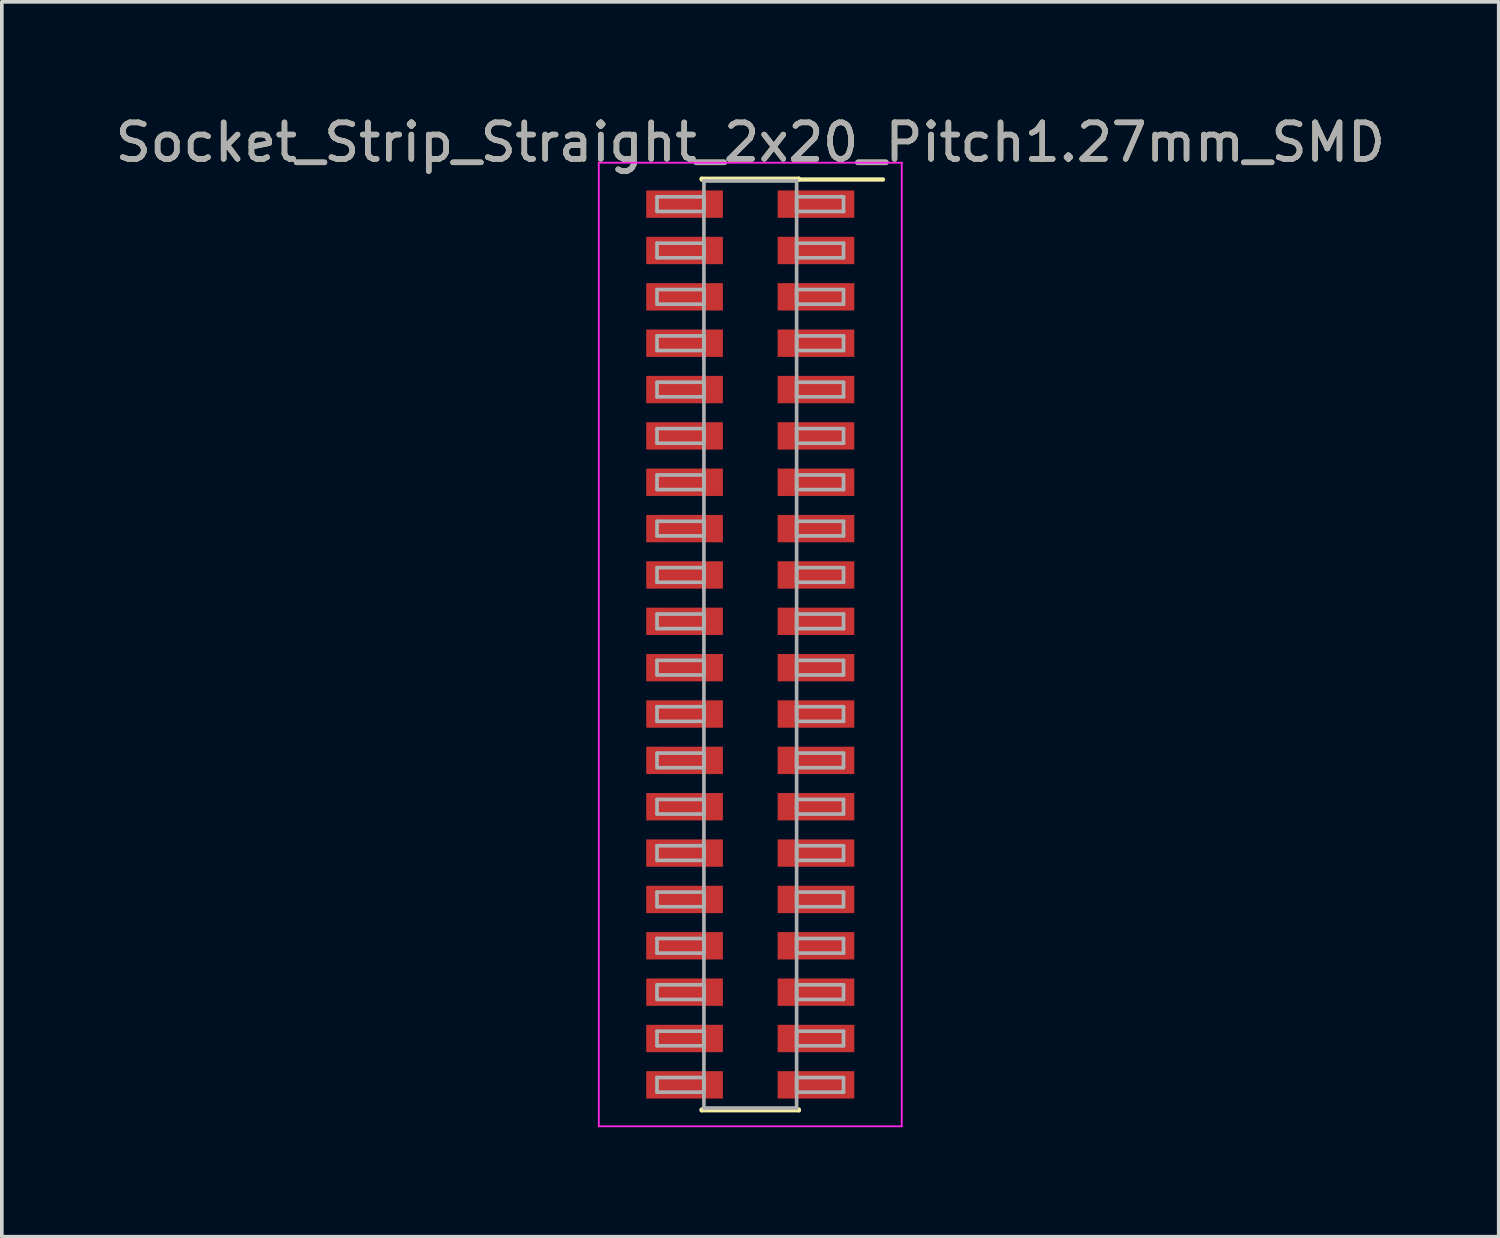
<source format=kicad_pcb>
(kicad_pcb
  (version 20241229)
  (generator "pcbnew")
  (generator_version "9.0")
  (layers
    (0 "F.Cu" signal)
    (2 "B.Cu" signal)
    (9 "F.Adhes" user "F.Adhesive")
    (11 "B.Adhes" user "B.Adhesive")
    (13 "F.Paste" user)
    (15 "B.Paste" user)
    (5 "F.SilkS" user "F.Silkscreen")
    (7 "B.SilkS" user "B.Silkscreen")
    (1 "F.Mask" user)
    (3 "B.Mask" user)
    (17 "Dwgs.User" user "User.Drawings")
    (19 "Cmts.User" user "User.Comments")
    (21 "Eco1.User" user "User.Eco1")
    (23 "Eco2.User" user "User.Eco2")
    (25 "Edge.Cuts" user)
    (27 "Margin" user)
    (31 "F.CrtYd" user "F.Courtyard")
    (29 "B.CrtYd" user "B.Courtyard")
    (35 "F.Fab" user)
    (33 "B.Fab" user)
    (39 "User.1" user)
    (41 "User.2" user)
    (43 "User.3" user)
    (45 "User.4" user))
  (footprint "Socket_Strip_Straight_2x20_Pitch1.27mm_SMD"
    (layer "F.Cu")
    (at 17.506 14.608)
    (property "Reference" "Socket_Strip_Straight_2x20_Pitch1.27mm_SMD" (at 0 -13.76 0) (layer "F.SilkS") (effects (font (size 1 1) (thickness 0.15))))
    (attr smd)
    (fp_line (start -1.33 -12.76) (end 1.33 -12.76) (stroke (width 0.12) (type solid)) (layer "F.SilkS"))
    (fp_line (start -1.33 -12.74) (end -1.33 -12.76) (stroke (width 0.12) (type solid)) (layer "F.SilkS"))
    (fp_line (start -1.33 12.74) (end -1.33 12.76) (stroke (width 0.12) (type solid)) (layer "F.SilkS"))
    (fp_line (start -1.33 12.76) (end 1.33 12.76) (stroke (width 0.12) (type solid)) (layer "F.SilkS"))
    (fp_line (start 1.33 -12.76) (end 1.33 -12.74) (stroke (width 0.12) (type solid)) (layer "F.SilkS"))
    (fp_line (start 1.33 12.76) (end 1.33 12.74) (stroke (width 0.12) (type solid)) (layer "F.SilkS"))
    (fp_line (start 3.635 -12.74) (end 1.33 -12.74) (stroke (width 0.12) (type solid)) (layer "F.SilkS"))
    (fp_line (start -4.15 -13.2) (end -4.15 13.2) (stroke (width 0.05) (type solid)) (layer "F.CrtYd"))
    (fp_line (start -4.15 13.2) (end 4.15 13.2) (stroke (width 0.05) (type solid)) (layer "F.CrtYd"))
    (fp_line (start 4.15 -13.2) (end -4.15 -13.2) (stroke (width 0.05) (type solid)) (layer "F.CrtYd"))
    (fp_line (start 4.15 13.2) (end 4.15 -13.2) (stroke (width 0.05) (type solid)) (layer "F.CrtYd"))
    (fp_line (start -2.555 -12.265) (end -1.27 -12.265) (stroke (width 0.1) (type solid)) (layer "F.Fab"))
    (fp_line (start -2.555 -11.865) (end -2.555 -12.265) (stroke (width 0.1) (type solid)) (layer "F.Fab"))
    (fp_line (start -2.555 -10.995) (end -1.27 -10.995) (stroke (width 0.1) (type solid)) (layer "F.Fab"))
    (fp_line (start -2.555 -10.595) (end -2.555 -10.995) (stroke (width 0.1) (type solid)) (layer "F.Fab"))
    (fp_line (start -2.555 -9.725) (end -1.27 -9.725) (stroke (width 0.1) (type solid)) (layer "F.Fab"))
    (fp_line (start -2.555 -9.325) (end -2.555 -9.725) (stroke (width 0.1) (type solid)) (layer "F.Fab"))
    (fp_line (start -2.555 -8.455) (end -1.27 -8.455) (stroke (width 0.1) (type solid)) (layer "F.Fab"))
    (fp_line (start -2.555 -8.055) (end -2.555 -8.455) (stroke (width 0.1) (type solid)) (layer "F.Fab"))
    (fp_line (start -2.555 -7.185) (end -1.27 -7.185) (stroke (width 0.1) (type solid)) (layer "F.Fab"))
    (fp_line (start -2.555 -6.785) (end -2.555 -7.185) (stroke (width 0.1) (type solid)) (layer "F.Fab"))
    (fp_line (start -2.555 -5.915) (end -1.27 -5.915) (stroke (width 0.1) (type solid)) (layer "F.Fab"))
    (fp_line (start -2.555 -5.515) (end -2.555 -5.915) (stroke (width 0.1) (type solid)) (layer "F.Fab"))
    (fp_line (start -2.555 -4.645) (end -1.27 -4.645) (stroke (width 0.1) (type solid)) (layer "F.Fab"))
    (fp_line (start -2.555 -4.245) (end -2.555 -4.645) (stroke (width 0.1) (type solid)) (layer "F.Fab"))
    (fp_line (start -2.555 -3.375) (end -1.27 -3.375) (stroke (width 0.1) (type solid)) (layer "F.Fab"))
    (fp_line (start -2.555 -2.975) (end -2.555 -3.375) (stroke (width 0.1) (type solid)) (layer "F.Fab"))
    (fp_line (start -2.555 -2.105) (end -1.27 -2.105) (stroke (width 0.1) (type solid)) (layer "F.Fab"))
    (fp_line (start -2.555 -1.705) (end -2.555 -2.105) (stroke (width 0.1) (type solid)) (layer "F.Fab"))
    (fp_line (start -2.555 -0.835) (end -1.27 -0.835) (stroke (width 0.1) (type solid)) (layer "F.Fab"))
    (fp_line (start -2.555 -0.435) (end -2.555 -0.835) (stroke (width 0.1) (type solid)) (layer "F.Fab"))
    (fp_line (start -2.555 0.435) (end -1.27 0.435) (stroke (width 0.1) (type solid)) (layer "F.Fab"))
    (fp_line (start -2.555 0.835) (end -2.555 0.435) (stroke (width 0.1) (type solid)) (layer "F.Fab"))
    (fp_line (start -2.555 1.705) (end -1.27 1.705) (stroke (width 0.1) (type solid)) (layer "F.Fab"))
    (fp_line (start -2.555 2.105) (end -2.555 1.705) (stroke (width 0.1) (type solid)) (layer "F.Fab"))
    (fp_line (start -2.555 2.975) (end -1.27 2.975) (stroke (width 0.1) (type solid)) (layer "F.Fab"))
    (fp_line (start -2.555 3.375) (end -2.555 2.975) (stroke (width 0.1) (type solid)) (layer "F.Fab"))
    (fp_line (start -2.555 4.245) (end -1.27 4.245) (stroke (width 0.1) (type solid)) (layer "F.Fab"))
    (fp_line (start -2.555 4.645) (end -2.555 4.245) (stroke (width 0.1) (type solid)) (layer "F.Fab"))
    (fp_line (start -2.555 5.515) (end -1.27 5.515) (stroke (width 0.1) (type solid)) (layer "F.Fab"))
    (fp_line (start -2.555 5.915) (end -2.555 5.515) (stroke (width 0.1) (type solid)) (layer "F.Fab"))
    (fp_line (start -2.555 6.785) (end -1.27 6.785) (stroke (width 0.1) (type solid)) (layer "F.Fab"))
    (fp_line (start -2.555 7.185) (end -2.555 6.785) (stroke (width 0.1) (type solid)) (layer "F.Fab"))
    (fp_line (start -2.555 8.055) (end -1.27 8.055) (stroke (width 0.1) (type solid)) (layer "F.Fab"))
    (fp_line (start -2.555 8.455) (end -2.555 8.055) (stroke (width 0.1) (type solid)) (layer "F.Fab"))
    (fp_line (start -2.555 9.325) (end -1.27 9.325) (stroke (width 0.1) (type solid)) (layer "F.Fab"))
    (fp_line (start -2.555 9.725) (end -2.555 9.325) (stroke (width 0.1) (type solid)) (layer "F.Fab"))
    (fp_line (start -2.555 10.595) (end -1.27 10.595) (stroke (width 0.1) (type solid)) (layer "F.Fab"))
    (fp_line (start -2.555 10.995) (end -2.555 10.595) (stroke (width 0.1) (type solid)) (layer "F.Fab"))
    (fp_line (start -2.555 11.865) (end -1.27 11.865) (stroke (width 0.1) (type solid)) (layer "F.Fab"))
    (fp_line (start -2.555 12.265) (end -2.555 11.865) (stroke (width 0.1) (type solid)) (layer "F.Fab"))
    (fp_line (start -1.27 -12.7) (end -1.27 12.7) (stroke (width 0.1) (type solid)) (layer "F.Fab"))
    (fp_line (start -1.27 -12.265) (end -1.27 -11.865) (stroke (width 0.1) (type solid)) (layer "F.Fab"))
    (fp_line (start -1.27 -11.865) (end -2.555 -11.865) (stroke (width 0.1) (type solid)) (layer "F.Fab"))
    (fp_line (start -1.27 -10.995) (end -1.27 -10.595) (stroke (width 0.1) (type solid)) (layer "F.Fab"))
    (fp_line (start -1.27 -10.595) (end -2.555 -10.595) (stroke (width 0.1) (type solid)) (layer "F.Fab"))
    (fp_line (start -1.27 -9.725) (end -1.27 -9.325) (stroke (width 0.1) (type solid)) (layer "F.Fab"))
    (fp_line (start -1.27 -9.325) (end -2.555 -9.325) (stroke (width 0.1) (type solid)) (layer "F.Fab"))
    (fp_line (start -1.27 -8.455) (end -1.27 -8.055) (stroke (width 0.1) (type solid)) (layer "F.Fab"))
    (fp_line (start -1.27 -8.055) (end -2.555 -8.055) (stroke (width 0.1) (type solid)) (layer "F.Fab"))
    (fp_line (start -1.27 -7.185) (end -1.27 -6.785) (stroke (width 0.1) (type solid)) (layer "F.Fab"))
    (fp_line (start -1.27 -6.785) (end -2.555 -6.785) (stroke (width 0.1) (type solid)) (layer "F.Fab"))
    (fp_line (start -1.27 -5.915) (end -1.27 -5.515) (stroke (width 0.1) (type solid)) (layer "F.Fab"))
    (fp_line (start -1.27 -5.515) (end -2.555 -5.515) (stroke (width 0.1) (type solid)) (layer "F.Fab"))
    (fp_line (start -1.27 -4.645) (end -1.27 -4.245) (stroke (width 0.1) (type solid)) (layer "F.Fab"))
    (fp_line (start -1.27 -4.245) (end -2.555 -4.245) (stroke (width 0.1) (type solid)) (layer "F.Fab"))
    (fp_line (start -1.27 -3.375) (end -1.27 -2.975) (stroke (width 0.1) (type solid)) (layer "F.Fab"))
    (fp_line (start -1.27 -2.975) (end -2.555 -2.975) (stroke (width 0.1) (type solid)) (layer "F.Fab"))
    (fp_line (start -1.27 -2.105) (end -1.27 -1.705) (stroke (width 0.1) (type solid)) (layer "F.Fab"))
    (fp_line (start -1.27 -1.705) (end -2.555 -1.705) (stroke (width 0.1) (type solid)) (layer "F.Fab"))
    (fp_line (start -1.27 -0.835) (end -1.27 -0.435) (stroke (width 0.1) (type solid)) (layer "F.Fab"))
    (fp_line (start -1.27 -0.435) (end -2.555 -0.435) (stroke (width 0.1) (type solid)) (layer "F.Fab"))
    (fp_line (start -1.27 0.435) (end -1.27 0.835) (stroke (width 0.1) (type solid)) (layer "F.Fab"))
    (fp_line (start -1.27 0.835) (end -2.555 0.835) (stroke (width 0.1) (type solid)) (layer "F.Fab"))
    (fp_line (start -1.27 1.705) (end -1.27 2.105) (stroke (width 0.1) (type solid)) (layer "F.Fab"))
    (fp_line (start -1.27 2.105) (end -2.555 2.105) (stroke (width 0.1) (type solid)) (layer "F.Fab"))
    (fp_line (start -1.27 2.975) (end -1.27 3.375) (stroke (width 0.1) (type solid)) (layer "F.Fab"))
    (fp_line (start -1.27 3.375) (end -2.555 3.375) (stroke (width 0.1) (type solid)) (layer "F.Fab"))
    (fp_line (start -1.27 4.245) (end -1.27 4.645) (stroke (width 0.1) (type solid)) (layer "F.Fab"))
    (fp_line (start -1.27 4.645) (end -2.555 4.645) (stroke (width 0.1) (type solid)) (layer "F.Fab"))
    (fp_line (start -1.27 5.515) (end -1.27 5.915) (stroke (width 0.1) (type solid)) (layer "F.Fab"))
    (fp_line (start -1.27 5.915) (end -2.555 5.915) (stroke (width 0.1) (type solid)) (layer "F.Fab"))
    (fp_line (start -1.27 6.785) (end -1.27 7.185) (stroke (width 0.1) (type solid)) (layer "F.Fab"))
    (fp_line (start -1.27 7.185) (end -2.555 7.185) (stroke (width 0.1) (type solid)) (layer "F.Fab"))
    (fp_line (start -1.27 8.055) (end -1.27 8.455) (stroke (width 0.1) (type solid)) (layer "F.Fab"))
    (fp_line (start -1.27 8.455) (end -2.555 8.455) (stroke (width 0.1) (type solid)) (layer "F.Fab"))
    (fp_line (start -1.27 9.325) (end -1.27 9.725) (stroke (width 0.1) (type solid)) (layer "F.Fab"))
    (fp_line (start -1.27 9.725) (end -2.555 9.725) (stroke (width 0.1) (type solid)) (layer "F.Fab"))
    (fp_line (start -1.27 10.595) (end -1.27 10.995) (stroke (width 0.1) (type solid)) (layer "F.Fab"))
    (fp_line (start -1.27 10.995) (end -2.555 10.995) (stroke (width 0.1) (type solid)) (layer "F.Fab"))
    (fp_line (start -1.27 11.865) (end -1.27 12.265) (stroke (width 0.1) (type solid)) (layer "F.Fab"))
    (fp_line (start -1.27 12.265) (end -2.555 12.265) (stroke (width 0.1) (type solid)) (layer "F.Fab"))
    (fp_line (start -1.27 12.7) (end 1.27 12.7) (stroke (width 0.1) (type solid)) (layer "F.Fab"))
    (fp_line (start 1.27 -12.7) (end -1.27 -12.7) (stroke (width 0.1) (type solid)) (layer "F.Fab"))
    (fp_line (start 1.27 -12.265) (end 1.27 -11.865) (stroke (width 0.1) (type solid)) (layer "F.Fab"))
    (fp_line (start 1.27 -11.865) (end 2.555 -11.865) (stroke (width 0.1) (type solid)) (layer "F.Fab"))
    (fp_line (start 1.27 -10.995) (end 1.27 -10.595) (stroke (width 0.1) (type solid)) (layer "F.Fab"))
    (fp_line (start 1.27 -10.595) (end 2.555 -10.595) (stroke (width 0.1) (type solid)) (layer "F.Fab"))
    (fp_line (start 1.27 -9.725) (end 1.27 -9.325) (stroke (width 0.1) (type solid)) (layer "F.Fab"))
    (fp_line (start 1.27 -9.325) (end 2.555 -9.325) (stroke (width 0.1) (type solid)) (layer "F.Fab"))
    (fp_line (start 1.27 -8.455) (end 1.27 -8.055) (stroke (width 0.1) (type solid)) (layer "F.Fab"))
    (fp_line (start 1.27 -8.055) (end 2.555 -8.055) (stroke (width 0.1) (type solid)) (layer "F.Fab"))
    (fp_line (start 1.27 -7.185) (end 1.27 -6.785) (stroke (width 0.1) (type solid)) (layer "F.Fab"))
    (fp_line (start 1.27 -6.785) (end 2.555 -6.785) (stroke (width 0.1) (type solid)) (layer "F.Fab"))
    (fp_line (start 1.27 -5.915) (end 1.27 -5.515) (stroke (width 0.1) (type solid)) (layer "F.Fab"))
    (fp_line (start 1.27 -5.515) (end 2.555 -5.515) (stroke (width 0.1) (type solid)) (layer "F.Fab"))
    (fp_line (start 1.27 -4.645) (end 1.27 -4.245) (stroke (width 0.1) (type solid)) (layer "F.Fab"))
    (fp_line (start 1.27 -4.245) (end 2.555 -4.245) (stroke (width 0.1) (type solid)) (layer "F.Fab"))
    (fp_line (start 1.27 -3.375) (end 1.27 -2.975) (stroke (width 0.1) (type solid)) (layer "F.Fab"))
    (fp_line (start 1.27 -2.975) (end 2.555 -2.975) (stroke (width 0.1) (type solid)) (layer "F.Fab"))
    (fp_line (start 1.27 -2.105) (end 1.27 -1.705) (stroke (width 0.1) (type solid)) (layer "F.Fab"))
    (fp_line (start 1.27 -1.705) (end 2.555 -1.705) (stroke (width 0.1) (type solid)) (layer "F.Fab"))
    (fp_line (start 1.27 -0.835) (end 1.27 -0.435) (stroke (width 0.1) (type solid)) (layer "F.Fab"))
    (fp_line (start 1.27 -0.435) (end 2.555 -0.435) (stroke (width 0.1) (type solid)) (layer "F.Fab"))
    (fp_line (start 1.27 0.435) (end 1.27 0.835) (stroke (width 0.1) (type solid)) (layer "F.Fab"))
    (fp_line (start 1.27 0.835) (end 2.555 0.835) (stroke (width 0.1) (type solid)) (layer "F.Fab"))
    (fp_line (start 1.27 1.705) (end 1.27 2.105) (stroke (width 0.1) (type solid)) (layer "F.Fab"))
    (fp_line (start 1.27 2.105) (end 2.555 2.105) (stroke (width 0.1) (type solid)) (layer "F.Fab"))
    (fp_line (start 1.27 2.975) (end 1.27 3.375) (stroke (width 0.1) (type solid)) (layer "F.Fab"))
    (fp_line (start 1.27 3.375) (end 2.555 3.375) (stroke (width 0.1) (type solid)) (layer "F.Fab"))
    (fp_line (start 1.27 4.245) (end 1.27 4.645) (stroke (width 0.1) (type solid)) (layer "F.Fab"))
    (fp_line (start 1.27 4.645) (end 2.555 4.645) (stroke (width 0.1) (type solid)) (layer "F.Fab"))
    (fp_line (start 1.27 5.515) (end 1.27 5.915) (stroke (width 0.1) (type solid)) (layer "F.Fab"))
    (fp_line (start 1.27 5.915) (end 2.555 5.915) (stroke (width 0.1) (type solid)) (layer "F.Fab"))
    (fp_line (start 1.27 6.785) (end 1.27 7.185) (stroke (width 0.1) (type solid)) (layer "F.Fab"))
    (fp_line (start 1.27 7.185) (end 2.555 7.185) (stroke (width 0.1) (type solid)) (layer "F.Fab"))
    (fp_line (start 1.27 8.055) (end 1.27 8.455) (stroke (width 0.1) (type solid)) (layer "F.Fab"))
    (fp_line (start 1.27 8.455) (end 2.555 8.455) (stroke (width 0.1) (type solid)) (layer "F.Fab"))
    (fp_line (start 1.27 9.325) (end 1.27 9.725) (stroke (width 0.1) (type solid)) (layer "F.Fab"))
    (fp_line (start 1.27 9.725) (end 2.555 9.725) (stroke (width 0.1) (type solid)) (layer "F.Fab"))
    (fp_line (start 1.27 10.595) (end 1.27 10.995) (stroke (width 0.1) (type solid)) (layer "F.Fab"))
    (fp_line (start 1.27 10.995) (end 2.555 10.995) (stroke (width 0.1) (type solid)) (layer "F.Fab"))
    (fp_line (start 1.27 11.865) (end 1.27 12.265) (stroke (width 0.1) (type solid)) (layer "F.Fab"))
    (fp_line (start 1.27 12.265) (end 2.555 12.265) (stroke (width 0.1) (type solid)) (layer "F.Fab"))
    (fp_line (start 1.27 12.7) (end 1.27 -12.7) (stroke (width 0.1) (type solid)) (layer "F.Fab"))
    (fp_line (start 2.555 -12.265) (end 1.27 -12.265) (stroke (width 0.1) (type solid)) (layer "F.Fab"))
    (fp_line (start 2.555 -11.865) (end 2.555 -12.265) (stroke (width 0.1) (type solid)) (layer "F.Fab"))
    (fp_line (start 2.555 -10.995) (end 1.27 -10.995) (stroke (width 0.1) (type solid)) (layer "F.Fab"))
    (fp_line (start 2.555 -10.595) (end 2.555 -10.995) (stroke (width 0.1) (type solid)) (layer "F.Fab"))
    (fp_line (start 2.555 -9.725) (end 1.27 -9.725) (stroke (width 0.1) (type solid)) (layer "F.Fab"))
    (fp_line (start 2.555 -9.325) (end 2.555 -9.725) (stroke (width 0.1) (type solid)) (layer "F.Fab"))
    (fp_line (start 2.555 -8.455) (end 1.27 -8.455) (stroke (width 0.1) (type solid)) (layer "F.Fab"))
    (fp_line (start 2.555 -8.055) (end 2.555 -8.455) (stroke (width 0.1) (type solid)) (layer "F.Fab"))
    (fp_line (start 2.555 -7.185) (end 1.27 -7.185) (stroke (width 0.1) (type solid)) (layer "F.Fab"))
    (fp_line (start 2.555 -6.785) (end 2.555 -7.185) (stroke (width 0.1) (type solid)) (layer "F.Fab"))
    (fp_line (start 2.555 -5.915) (end 1.27 -5.915) (stroke (width 0.1) (type solid)) (layer "F.Fab"))
    (fp_line (start 2.555 -5.515) (end 2.555 -5.915) (stroke (width 0.1) (type solid)) (layer "F.Fab"))
    (fp_line (start 2.555 -4.645) (end 1.27 -4.645) (stroke (width 0.1) (type solid)) (layer "F.Fab"))
    (fp_line (start 2.555 -4.245) (end 2.555 -4.645) (stroke (width 0.1) (type solid)) (layer "F.Fab"))
    (fp_line (start 2.555 -3.375) (end 1.27 -3.375) (stroke (width 0.1) (type solid)) (layer "F.Fab"))
    (fp_line (start 2.555 -2.975) (end 2.555 -3.375) (stroke (width 0.1) (type solid)) (layer "F.Fab"))
    (fp_line (start 2.555 -2.105) (end 1.27 -2.105) (stroke (width 0.1) (type solid)) (layer "F.Fab"))
    (fp_line (start 2.555 -1.705) (end 2.555 -2.105) (stroke (width 0.1) (type solid)) (layer "F.Fab"))
    (fp_line (start 2.555 -0.835) (end 1.27 -0.835) (stroke (width 0.1) (type solid)) (layer "F.Fab"))
    (fp_line (start 2.555 -0.435) (end 2.555 -0.835) (stroke (width 0.1) (type solid)) (layer "F.Fab"))
    (fp_line (start 2.555 0.435) (end 1.27 0.435) (stroke (width 0.1) (type solid)) (layer "F.Fab"))
    (fp_line (start 2.555 0.835) (end 2.555 0.435) (stroke (width 0.1) (type solid)) (layer "F.Fab"))
    (fp_line (start 2.555 1.705) (end 1.27 1.705) (stroke (width 0.1) (type solid)) (layer "F.Fab"))
    (fp_line (start 2.555 2.105) (end 2.555 1.705) (stroke (width 0.1) (type solid)) (layer "F.Fab"))
    (fp_line (start 2.555 2.975) (end 1.27 2.975) (stroke (width 0.1) (type solid)) (layer "F.Fab"))
    (fp_line (start 2.555 3.375) (end 2.555 2.975) (stroke (width 0.1) (type solid)) (layer "F.Fab"))
    (fp_line (start 2.555 4.245) (end 1.27 4.245) (stroke (width 0.1) (type solid)) (layer "F.Fab"))
    (fp_line (start 2.555 4.645) (end 2.555 4.245) (stroke (width 0.1) (type solid)) (layer "F.Fab"))
    (fp_line (start 2.555 5.515) (end 1.27 5.515) (stroke (width 0.1) (type solid)) (layer "F.Fab"))
    (fp_line (start 2.555 5.915) (end 2.555 5.515) (stroke (width 0.1) (type solid)) (layer "F.Fab"))
    (fp_line (start 2.555 6.785) (end 1.27 6.785) (stroke (width 0.1) (type solid)) (layer "F.Fab"))
    (fp_line (start 2.555 7.185) (end 2.555 6.785) (stroke (width 0.1) (type solid)) (layer "F.Fab"))
    (fp_line (start 2.555 8.055) (end 1.27 8.055) (stroke (width 0.1) (type solid)) (layer "F.Fab"))
    (fp_line (start 2.555 8.455) (end 2.555 8.055) (stroke (width 0.1) (type solid)) (layer "F.Fab"))
    (fp_line (start 2.555 9.325) (end 1.27 9.325) (stroke (width 0.1) (type solid)) (layer "F.Fab"))
    (fp_line (start 2.555 9.725) (end 2.555 9.325) (stroke (width 0.1) (type solid)) (layer "F.Fab"))
    (fp_line (start 2.555 10.595) (end 1.27 10.595) (stroke (width 0.1) (type solid)) (layer "F.Fab"))
    (fp_line (start 2.555 10.995) (end 2.555 10.595) (stroke (width 0.1) (type solid)) (layer "F.Fab"))
    (fp_line (start 2.555 11.865) (end 1.27 11.865) (stroke (width 0.1) (type solid)) (layer "F.Fab"))
    (fp_line (start 2.555 12.265) (end 2.555 11.865) (stroke (width 0.1) (type solid)) (layer "F.Fab"))
    (fp_text user "${REFERENCE}" (at 0 -13.76 0) (layer "F.Fab") (effects (font (size 1 1) (thickness 0.15))))
    (pad "1" smd rect (at 1.8 -12.065) (size 2.1 0.75) (layers "F.Cu" "F.Mask" "F.Paste"))
    (pad "2" smd rect (at -1.8 -12.065) (size 2.1 0.75) (layers "F.Cu" "F.Mask" "F.Paste"))
    (pad "3" smd rect (at 1.8 -10.795) (size 2.1 0.75) (layers "F.Cu" "F.Mask" "F.Paste"))
    (pad "4" smd rect (at -1.8 -10.795) (size 2.1 0.75) (layers "F.Cu" "F.Mask" "F.Paste"))
    (pad "5" smd rect (at 1.8 -9.525) (size 2.1 0.75) (layers "F.Cu" "F.Mask" "F.Paste"))
    (pad "6" smd rect (at -1.8 -9.525) (size 2.1 0.75) (layers "F.Cu" "F.Mask" "F.Paste"))
    (pad "7" smd rect (at 1.8 -8.255) (size 2.1 0.75) (layers "F.Cu" "F.Mask" "F.Paste"))
    (pad "8" smd rect (at -1.8 -8.255) (size 2.1 0.75) (layers "F.Cu" "F.Mask" "F.Paste"))
    (pad "9" smd rect (at 1.8 -6.985) (size 2.1 0.75) (layers "F.Cu" "F.Mask" "F.Paste"))
    (pad "10" smd rect (at -1.8 -6.985) (size 2.1 0.75) (layers "F.Cu" "F.Mask" "F.Paste"))
    (pad "11" smd rect (at 1.8 -5.715) (size 2.1 0.75) (layers "F.Cu" "F.Mask" "F.Paste"))
    (pad "12" smd rect (at -1.8 -5.715) (size 2.1 0.75) (layers "F.Cu" "F.Mask" "F.Paste"))
    (pad "13" smd rect (at 1.8 -4.445) (size 2.1 0.75) (layers "F.Cu" "F.Mask" "F.Paste"))
    (pad "14" smd rect (at -1.8 -4.445) (size 2.1 0.75) (layers "F.Cu" "F.Mask" "F.Paste"))
    (pad "15" smd rect (at 1.8 -3.175) (size 2.1 0.75) (layers "F.Cu" "F.Mask" "F.Paste"))
    (pad "16" smd rect (at -1.8 -3.175) (size 2.1 0.75) (layers "F.Cu" "F.Mask" "F.Paste"))
    (pad "17" smd rect (at 1.8 -1.905) (size 2.1 0.75) (layers "F.Cu" "F.Mask" "F.Paste"))
    (pad "18" smd rect (at -1.8 -1.905) (size 2.1 0.75) (layers "F.Cu" "F.Mask" "F.Paste"))
    (pad "19" smd rect (at 1.8 -0.635) (size 2.1 0.75) (layers "F.Cu" "F.Mask" "F.Paste"))
    (pad "20" smd rect (at -1.8 -0.635) (size 2.1 0.75) (layers "F.Cu" "F.Mask" "F.Paste"))
    (pad "21" smd rect (at 1.8 0.635) (size 2.1 0.75) (layers "F.Cu" "F.Mask" "F.Paste"))
    (pad "22" smd rect (at -1.8 0.635) (size 2.1 0.75) (layers "F.Cu" "F.Mask" "F.Paste"))
    (pad "23" smd rect (at 1.8 1.905) (size 2.1 0.75) (layers "F.Cu" "F.Mask" "F.Paste"))
    (pad "24" smd rect (at -1.8 1.905) (size 2.1 0.75) (layers "F.Cu" "F.Mask" "F.Paste"))
    (pad "25" smd rect (at 1.8 3.175) (size 2.1 0.75) (layers "F.Cu" "F.Mask" "F.Paste"))
    (pad "26" smd rect (at -1.8 3.175) (size 2.1 0.75) (layers "F.Cu" "F.Mask" "F.Paste"))
    (pad "27" smd rect (at 1.8 4.445) (size 2.1 0.75) (layers "F.Cu" "F.Mask" "F.Paste"))
    (pad "28" smd rect (at -1.8 4.445) (size 2.1 0.75) (layers "F.Cu" "F.Mask" "F.Paste"))
    (pad "29" smd rect (at 1.8 5.715) (size 2.1 0.75) (layers "F.Cu" "F.Mask" "F.Paste"))
    (pad "30" smd rect (at -1.8 5.715) (size 2.1 0.75) (layers "F.Cu" "F.Mask" "F.Paste"))
    (pad "31" smd rect (at 1.8 6.985) (size 2.1 0.75) (layers "F.Cu" "F.Mask" "F.Paste"))
    (pad "32" smd rect (at -1.8 6.985) (size 2.1 0.75) (layers "F.Cu" "F.Mask" "F.Paste"))
    (pad "33" smd rect (at 1.8 8.255) (size 2.1 0.75) (layers "F.Cu" "F.Mask" "F.Paste"))
    (pad "34" smd rect (at -1.8 8.255) (size 2.1 0.75) (layers "F.Cu" "F.Mask" "F.Paste"))
    (pad "35" smd rect (at 1.8 9.525) (size 2.1 0.75) (layers "F.Cu" "F.Mask" "F.Paste"))
    (pad "36" smd rect (at -1.8 9.525) (size 2.1 0.75) (layers "F.Cu" "F.Mask" "F.Paste"))
    (pad "37" smd rect (at 1.8 10.795) (size 2.1 0.75) (layers "F.Cu" "F.Mask" "F.Paste"))
    (pad "38" smd rect (at -1.8 10.795) (size 2.1 0.75) (layers "F.Cu" "F.Mask" "F.Paste"))
    (pad "39" smd rect (at 1.8 12.065) (size 2.1 0.75) (layers "F.Cu" "F.Mask" "F.Paste"))
    (pad "40" smd rect (at -1.8 12.065) (size 2.1 0.75) (layers "F.Cu" "F.Mask" "F.Paste")))
  (gr_rect
    (start -3 -3)
    (end 38.012 30.833)
    (stroke (width 0.1) (type default))
    (fill no)
    (layer "Edge.Cuts")))
</source>
